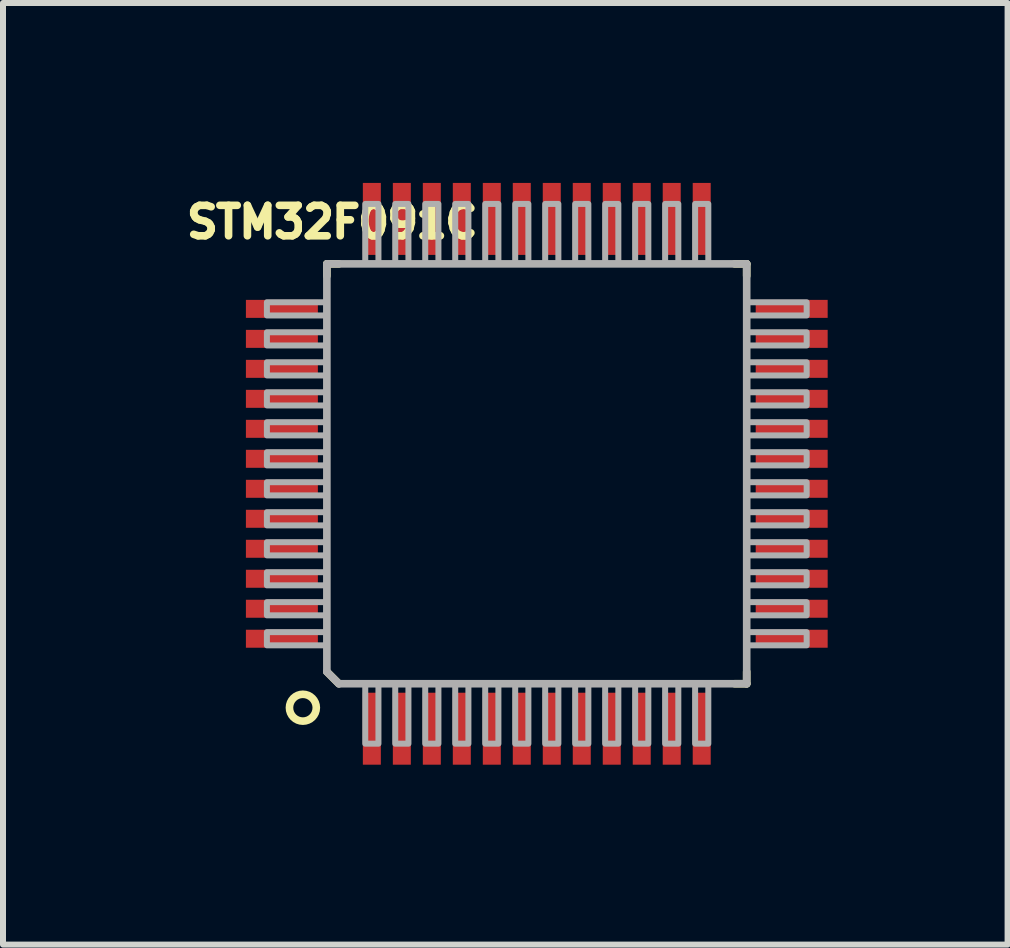
<source format=kicad_pcb>
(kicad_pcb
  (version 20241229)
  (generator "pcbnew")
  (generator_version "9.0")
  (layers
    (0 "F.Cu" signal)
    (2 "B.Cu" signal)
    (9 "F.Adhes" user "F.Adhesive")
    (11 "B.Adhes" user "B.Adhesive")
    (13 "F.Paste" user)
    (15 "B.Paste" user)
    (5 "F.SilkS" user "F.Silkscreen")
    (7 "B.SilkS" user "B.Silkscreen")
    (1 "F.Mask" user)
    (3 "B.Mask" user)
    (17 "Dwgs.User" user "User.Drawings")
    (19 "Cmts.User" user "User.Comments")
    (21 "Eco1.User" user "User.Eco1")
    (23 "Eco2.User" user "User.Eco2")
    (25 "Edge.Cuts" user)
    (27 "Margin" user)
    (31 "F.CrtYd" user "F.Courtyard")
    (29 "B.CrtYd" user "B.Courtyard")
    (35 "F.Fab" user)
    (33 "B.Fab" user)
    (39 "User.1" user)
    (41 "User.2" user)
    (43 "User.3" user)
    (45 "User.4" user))
  (footprint "STM32F091C"
    (layer "F.Cu")
    (at 5.9 4.85)
    (property "Reference" "STM32F091C" (at -5.9 -3.9 0) (layer "F.SilkS") (effects (font (size 0.508 0.508) (thickness 0.127)) (justify left bottom)))
    (fp_line (start -3.5 -3.5) (end -3.3 -3.5) (stroke (width 0.127) (type solid)) (layer "F.SilkS"))
    (fp_line (start -3.5 -3.3) (end -3.5 -3.5) (stroke (width 0.127) (type solid)) (layer "F.SilkS"))
    (fp_line (start -3.3 3.5) (end -3.5 3.3) (stroke (width 0.127) (type solid)) (layer "F.SilkS"))
    (fp_line (start 3.3 -3.5) (end 3.5 -3.5) (stroke (width 0.127) (type solid)) (layer "F.SilkS"))
    (fp_line (start 3.5 -3.5) (end 3.5 -3.3) (stroke (width 0.127) (type solid)) (layer "F.SilkS"))
    (fp_line (start 3.5 3.5) (end 3.3 3.5) (stroke (width 0.127) (type solid)) (layer "F.SilkS"))
    (fp_line (start 3.5 3.5) (end 3.5 3.3) (stroke (width 0.127) (type solid)) (layer "F.SilkS"))
    (fp_circle (center -3.9 3.9) (end -3.676 3.9) (stroke (width 0.127) (type solid)) (fill no) (layer "F.SilkS"))
    (fp_line (start -3.5 -3.5) (end 3.5 -3.5) (stroke (width 0.127) (type solid)) (layer "F.Fab"))
    (fp_line (start -3.5 3.3) (end -3.5 -3.5) (stroke (width 0.127) (type solid)) (layer "F.Fab"))
    (fp_line (start -3.3 3.5) (end -3.5 3.3) (stroke (width 0.127) (type solid)) (layer "F.Fab"))
    (fp_line (start 3.5 -3.5) (end 3.5 3.5) (stroke (width 0.127) (type solid)) (layer "F.Fab"))
    (fp_line (start 3.5 3.5) (end -3.3 3.5) (stroke (width 0.127) (type solid)) (layer "F.Fab"))
    (fp_poly (pts (xy -3.5 -2.86) (xy -4.5 -2.86) (xy -4.5 -2.64) (xy -3.5 -2.64)) (stroke (width 0.1) (type solid)) (fill no) (layer "F.Fab"))
    (fp_poly (pts (xy -3.5 -2.36) (xy -4.5 -2.36) (xy -4.5 -2.14) (xy -3.5 -2.14)) (stroke (width 0.1) (type solid)) (fill no) (layer "F.Fab"))
    (fp_poly (pts (xy -3.5 -1.86) (xy -4.5 -1.86) (xy -4.5 -1.64) (xy -3.5 -1.64)) (stroke (width 0.1) (type solid)) (fill no) (layer "F.Fab"))
    (fp_poly (pts (xy -3.5 -1.36) (xy -4.5 -1.36) (xy -4.5 -1.14) (xy -3.5 -1.14)) (stroke (width 0.1) (type solid)) (fill no) (layer "F.Fab"))
    (fp_poly (pts (xy -3.5 -0.86) (xy -4.5 -0.86) (xy -4.5 -0.64) (xy -3.5 -0.64)) (stroke (width 0.1) (type solid)) (fill no) (layer "F.Fab"))
    (fp_poly (pts (xy -3.5 -0.36) (xy -4.5 -0.36) (xy -4.5 -0.14) (xy -3.5 -0.14)) (stroke (width 0.1) (type solid)) (fill no) (layer "F.Fab"))
    (fp_poly (pts (xy -3.5 0.14) (xy -4.5 0.14) (xy -4.5 0.36) (xy -3.5 0.36)) (stroke (width 0.1) (type solid)) (fill no) (layer "F.Fab"))
    (fp_poly (pts (xy -3.5 0.64) (xy -4.5 0.64) (xy -4.5 0.86) (xy -3.5 0.86)) (stroke (width 0.1) (type solid)) (fill no) (layer "F.Fab"))
    (fp_poly (pts (xy -3.5 1.14) (xy -4.5 1.14) (xy -4.5 1.36) (xy -3.5 1.36)) (stroke (width 0.1) (type solid)) (fill no) (layer "F.Fab"))
    (fp_poly (pts (xy -3.5 1.64) (xy -4.5 1.64) (xy -4.5 1.86) (xy -3.5 1.86)) (stroke (width 0.1) (type solid)) (fill no) (layer "F.Fab"))
    (fp_poly (pts (xy -3.5 2.14) (xy -4.5 2.14) (xy -4.5 2.36) (xy -3.5 2.36)) (stroke (width 0.1) (type solid)) (fill no) (layer "F.Fab"))
    (fp_poly (pts (xy -3.5 2.64) (xy -4.5 2.64) (xy -4.5 2.86) (xy -3.5 2.86)) (stroke (width 0.1) (type solid)) (fill no) (layer "F.Fab"))
    (fp_poly (pts (xy -2.86 -4.5) (xy -2.86 -3.5) (xy -2.64 -3.5) (xy -2.64 -4.5)) (stroke (width 0.1) (type solid)) (fill no) (layer "F.Fab"))
    (fp_poly (pts (xy -2.64 4.5) (xy -2.64 3.5) (xy -2.86 3.5) (xy -2.86 4.5)) (stroke (width 0.1) (type solid)) (fill no) (layer "F.Fab"))
    (fp_poly (pts (xy -2.36 -4.5) (xy -2.36 -3.5) (xy -2.14 -3.5) (xy -2.14 -4.5)) (stroke (width 0.1) (type solid)) (fill no) (layer "F.Fab"))
    (fp_poly (pts (xy -2.14 4.5) (xy -2.14 3.5) (xy -2.36 3.5) (xy -2.36 4.5)) (stroke (width 0.1) (type solid)) (fill no) (layer "F.Fab"))
    (fp_poly (pts (xy -1.86 -4.5) (xy -1.86 -3.5) (xy -1.64 -3.5) (xy -1.64 -4.5)) (stroke (width 0.1) (type solid)) (fill no) (layer "F.Fab"))
    (fp_poly (pts (xy -1.64 4.5) (xy -1.64 3.5) (xy -1.86 3.5) (xy -1.86 4.5)) (stroke (width 0.1) (type solid)) (fill no) (layer "F.Fab"))
    (fp_poly (pts (xy -1.36 -4.5) (xy -1.36 -3.5) (xy -1.14 -3.5) (xy -1.14 -4.5)) (stroke (width 0.1) (type solid)) (fill no) (layer "F.Fab"))
    (fp_poly (pts (xy -1.14 4.5) (xy -1.14 3.5) (xy -1.36 3.5) (xy -1.36 4.5)) (stroke (width 0.1) (type solid)) (fill no) (layer "F.Fab"))
    (fp_poly (pts (xy -0.86 -4.5) (xy -0.86 -3.5) (xy -0.64 -3.5) (xy -0.64 -4.5)) (stroke (width 0.1) (type solid)) (fill no) (layer "F.Fab"))
    (fp_poly (pts (xy -0.64 4.5) (xy -0.64 3.5) (xy -0.86 3.5) (xy -0.86 4.5)) (stroke (width 0.1) (type solid)) (fill no) (layer "F.Fab"))
    (fp_poly (pts (xy -0.36 -4.5) (xy -0.36 -3.5) (xy -0.14 -3.5) (xy -0.14 -4.5)) (stroke (width 0.1) (type solid)) (fill no) (layer "F.Fab"))
    (fp_poly (pts (xy -0.14 4.5) (xy -0.14 3.5) (xy -0.36 3.5) (xy -0.36 4.5)) (stroke (width 0.1) (type solid)) (fill no) (layer "F.Fab"))
    (fp_poly (pts (xy 0.14 -4.5) (xy 0.14 -3.5) (xy 0.36 -3.5) (xy 0.36 -4.5)) (stroke (width 0.1) (type solid)) (fill no) (layer "F.Fab"))
    (fp_poly (pts (xy 0.36 4.5) (xy 0.36 3.5) (xy 0.14 3.5) (xy 0.14 4.5)) (stroke (width 0.1) (type solid)) (fill no) (layer "F.Fab"))
    (fp_poly (pts (xy 0.64 -4.5) (xy 0.64 -3.5) (xy 0.86 -3.5) (xy 0.86 -4.5)) (stroke (width 0.1) (type solid)) (fill no) (layer "F.Fab"))
    (fp_poly (pts (xy 0.86 4.5) (xy 0.86 3.5) (xy 0.64 3.5) (xy 0.64 4.5)) (stroke (width 0.1) (type solid)) (fill no) (layer "F.Fab"))
    (fp_poly (pts (xy 1.14 -4.5) (xy 1.14 -3.5) (xy 1.36 -3.5) (xy 1.36 -4.5)) (stroke (width 0.1) (type solid)) (fill no) (layer "F.Fab"))
    (fp_poly (pts (xy 1.36 4.5) (xy 1.36 3.5) (xy 1.14 3.5) (xy 1.14 4.5)) (stroke (width 0.1) (type solid)) (fill no) (layer "F.Fab"))
    (fp_poly (pts (xy 1.64 -4.5) (xy 1.64 -3.5) (xy 1.86 -3.5) (xy 1.86 -4.5)) (stroke (width 0.1) (type solid)) (fill no) (layer "F.Fab"))
    (fp_poly (pts (xy 1.86 4.5) (xy 1.86 3.5) (xy 1.64 3.5) (xy 1.64 4.5)) (stroke (width 0.1) (type solid)) (fill no) (layer "F.Fab"))
    (fp_poly (pts (xy 2.14 -4.5) (xy 2.14 -3.5) (xy 2.36 -3.5) (xy 2.36 -4.5)) (stroke (width 0.1) (type solid)) (fill no) (layer "F.Fab"))
    (fp_poly (pts (xy 2.36 4.5) (xy 2.36 3.5) (xy 2.14 3.5) (xy 2.14 4.5)) (stroke (width 0.1) (type solid)) (fill no) (layer "F.Fab"))
    (fp_poly (pts (xy 2.64 -4.5) (xy 2.64 -3.5) (xy 2.86 -3.5) (xy 2.86 -4.5)) (stroke (width 0.1) (type solid)) (fill no) (layer "F.Fab"))
    (fp_poly (pts (xy 2.86 4.5) (xy 2.86 3.5) (xy 2.64 3.5) (xy 2.64 4.5)) (stroke (width 0.1) (type solid)) (fill no) (layer "F.Fab"))
    (fp_poly (pts (xy 4.5 -2.86) (xy 3.5 -2.86) (xy 3.5 -2.64) (xy 4.5 -2.64)) (stroke (width 0.1) (type solid)) (fill no) (layer "F.Fab"))
    (fp_poly (pts (xy 4.5 -2.36) (xy 3.5 -2.36) (xy 3.5 -2.14) (xy 4.5 -2.14)) (stroke (width 0.1) (type solid)) (fill no) (layer "F.Fab"))
    (fp_poly (pts (xy 4.5 -1.86) (xy 3.5 -1.86) (xy 3.5 -1.64) (xy 4.5 -1.64)) (stroke (width 0.1) (type solid)) (fill no) (layer "F.Fab"))
    (fp_poly (pts (xy 4.5 -1.36) (xy 3.5 -1.36) (xy 3.5 -1.14) (xy 4.5 -1.14)) (stroke (width 0.1) (type solid)) (fill no) (layer "F.Fab"))
    (fp_poly (pts (xy 4.5 -0.86) (xy 3.5 -0.86) (xy 3.5 -0.64) (xy 4.5 -0.64)) (stroke (width 0.1) (type solid)) (fill no) (layer "F.Fab"))
    (fp_poly (pts (xy 4.5 -0.36) (xy 3.5 -0.36) (xy 3.5 -0.14) (xy 4.5 -0.14)) (stroke (width 0.1) (type solid)) (fill no) (layer "F.Fab"))
    (fp_poly (pts (xy 4.5 0.14) (xy 3.5 0.14) (xy 3.5 0.36) (xy 4.5 0.36)) (stroke (width 0.1) (type solid)) (fill no) (layer "F.Fab"))
    (fp_poly (pts (xy 4.5 0.64) (xy 3.5 0.64) (xy 3.5 0.86) (xy 4.5 0.86)) (stroke (width 0.1) (type solid)) (fill no) (layer "F.Fab"))
    (fp_poly (pts (xy 4.5 1.14) (xy 3.5 1.14) (xy 3.5 1.36) (xy 4.5 1.36)) (stroke (width 0.1) (type solid)) (fill no) (layer "F.Fab"))
    (fp_poly (pts (xy 4.5 1.64) (xy 3.5 1.64) (xy 3.5 1.86) (xy 4.5 1.86)) (stroke (width 0.1) (type solid)) (fill no) (layer "F.Fab"))
    (fp_poly (pts (xy 4.5 2.14) (xy 3.5 2.14) (xy 3.5 2.36) (xy 4.5 2.36)) (stroke (width 0.1) (type solid)) (fill no) (layer "F.Fab"))
    (fp_poly (pts (xy 4.5 2.64) (xy 3.5 2.64) (xy 3.5 2.86) (xy 4.5 2.86)) (stroke (width 0.1) (type solid)) (fill no) (layer "F.Fab"))
    (pad "1" smd rect (at -2.75 4.25 90) (size 1.2 0.3) (layers "F.Cu" "F.Mask" "F.Paste"))
    (pad "2" smd rect (at -2.25 4.25 90) (size 1.2 0.3) (layers "F.Cu" "F.Mask" "F.Paste"))
    (pad "3" smd rect (at -1.75 4.25 90) (size 1.2 0.3) (layers "F.Cu" "F.Mask" "F.Paste"))
    (pad "4" smd rect (at -1.25 4.25 90) (size 1.2 0.3) (layers "F.Cu" "F.Mask" "F.Paste"))
    (pad "5" smd rect (at -0.75 4.25 90) (size 1.2 0.3) (layers "F.Cu" "F.Mask" "F.Paste"))
    (pad "6" smd rect (at -0.25 4.25 90) (size 1.2 0.3) (layers "F.Cu" "F.Mask" "F.Paste"))
    (pad "7" smd rect (at 0.25 4.25 90) (size 1.2 0.3) (layers "F.Cu" "F.Mask" "F.Paste"))
    (pad "8" smd rect (at 0.75 4.25 90) (size 1.2 0.3) (layers "F.Cu" "F.Mask" "F.Paste"))
    (pad "9" smd rect (at 1.25 4.25 90) (size 1.2 0.3) (layers "F.Cu" "F.Mask" "F.Paste"))
    (pad "10" smd rect (at 1.75 4.25 90) (size 1.2 0.3) (layers "F.Cu" "F.Mask" "F.Paste"))
    (pad "11" smd rect (at 2.25 4.25 90) (size 1.2 0.3) (layers "F.Cu" "F.Mask" "F.Paste"))
    (pad "12" smd rect (at 2.75 4.25 90) (size 1.2 0.3) (layers "F.Cu" "F.Mask" "F.Paste"))
    (pad "13" smd rect (at 4.25 2.75 180) (size 1.2 0.3) (layers "F.Cu" "F.Mask" "F.Paste"))
    (pad "14" smd rect (at 4.25 2.25 180) (size 1.2 0.3) (layers "F.Cu" "F.Mask" "F.Paste"))
    (pad "15" smd rect (at 4.25 1.75 180) (size 1.2 0.3) (layers "F.Cu" "F.Mask" "F.Paste"))
    (pad "16" smd rect (at 4.25 1.25 180) (size 1.2 0.3) (layers "F.Cu" "F.Mask" "F.Paste"))
    (pad "17" smd rect (at 4.25 0.75 180) (size 1.2 0.3) (layers "F.Cu" "F.Mask" "F.Paste"))
    (pad "18" smd rect (at 4.25 0.25 180) (size 1.2 0.3) (layers "F.Cu" "F.Mask" "F.Paste"))
    (pad "19" smd rect (at 4.25 -0.25 180) (size 1.2 0.3) (layers "F.Cu" "F.Mask" "F.Paste"))
    (pad "20" smd rect (at 4.25 -0.75 180) (size 1.2 0.3) (layers "F.Cu" "F.Mask" "F.Paste"))
    (pad "21" smd rect (at 4.25 -1.25 180) (size 1.2 0.3) (layers "F.Cu" "F.Mask" "F.Paste"))
    (pad "22" smd rect (at 4.25 -1.75 180) (size 1.2 0.3) (layers "F.Cu" "F.Mask" "F.Paste"))
    (pad "23" smd rect (at 4.25 -2.25 180) (size 1.2 0.3) (layers "F.Cu" "F.Mask" "F.Paste"))
    (pad "24" smd rect (at 4.25 -2.75 180) (size 1.2 0.3) (layers "F.Cu" "F.Mask" "F.Paste"))
    (pad "25" smd rect (at 2.75 -4.25 270) (size 1.2 0.3) (layers "F.Cu" "F.Mask" "F.Paste"))
    (pad "26" smd rect (at 2.25 -4.25 270) (size 1.2 0.3) (layers "F.Cu" "F.Mask" "F.Paste"))
    (pad "27" smd rect (at 1.75 -4.25 270) (size 1.2 0.3) (layers "F.Cu" "F.Mask" "F.Paste"))
    (pad "28" smd rect (at 1.25 -4.25 270) (size 1.2 0.3) (layers "F.Cu" "F.Mask" "F.Paste"))
    (pad "29" smd rect (at 0.75 -4.25 270) (size 1.2 0.3) (layers "F.Cu" "F.Mask" "F.Paste"))
    (pad "30" smd rect (at 0.25 -4.25 270) (size 1.2 0.3) (layers "F.Cu" "F.Mask" "F.Paste"))
    (pad "31" smd rect (at -0.25 -4.25 270) (size 1.2 0.3) (layers "F.Cu" "F.Mask" "F.Paste"))
    (pad "32" smd rect (at -0.75 -4.25 270) (size 1.2 0.3) (layers "F.Cu" "F.Mask" "F.Paste"))
    (pad "33" smd rect (at -1.25 -4.25 270) (size 1.2 0.3) (layers "F.Cu" "F.Mask" "F.Paste"))
    (pad "34" smd rect (at -1.75 -4.25 270) (size 1.2 0.3) (layers "F.Cu" "F.Mask" "F.Paste"))
    (pad "35" smd rect (at -2.25 -4.25 270) (size 1.2 0.3) (layers "F.Cu" "F.Mask" "F.Paste"))
    (pad "36" smd rect (at -2.75 -4.25 270) (size 1.2 0.3) (layers "F.Cu" "F.Mask" "F.Paste"))
    (pad "37" smd rect (at -4.25 -2.75) (size 1.2 0.3) (layers "F.Cu" "F.Mask" "F.Paste"))
    (pad "38" smd rect (at -4.25 -2.25) (size 1.2 0.3) (layers "F.Cu" "F.Mask" "F.Paste"))
    (pad "39" smd rect (at -4.25 -1.75) (size 1.2 0.3) (layers "F.Cu" "F.Mask" "F.Paste"))
    (pad "40" smd rect (at -4.25 -1.25) (size 1.2 0.3) (layers "F.Cu" "F.Mask" "F.Paste"))
    (pad "41" smd rect (at -4.25 -0.75) (size 1.2 0.3) (layers "F.Cu" "F.Mask" "F.Paste"))
    (pad "42" smd rect (at -4.25 -0.25) (size 1.2 0.3) (layers "F.Cu" "F.Mask" "F.Paste"))
    (pad "43" smd rect (at -4.25 0.25) (size 1.2 0.3) (layers "F.Cu" "F.Mask" "F.Paste"))
    (pad "44" smd rect (at -4.25 0.75) (size 1.2 0.3) (layers "F.Cu" "F.Mask" "F.Paste"))
    (pad "45" smd rect (at -4.25 1.25) (size 1.2 0.3) (layers "F.Cu" "F.Mask" "F.Paste"))
    (pad "46" smd rect (at -4.25 1.75) (size 1.2 0.3) (layers "F.Cu" "F.Mask" "F.Paste"))
    (pad "47" smd rect (at -4.25 2.25) (size 1.2 0.3) (layers "F.Cu" "F.Mask" "F.Paste"))
    (pad "48" smd rect (at -4.25 2.75) (size 1.2 0.3) (layers "F.Cu" "F.Mask" "F.Paste")))
  (gr_rect
    (start -3 -3)
    (end 13.75 12.7)
    (stroke (width 0.1) (type default))
    (fill no)
    (layer "Edge.Cuts")))
</source>
